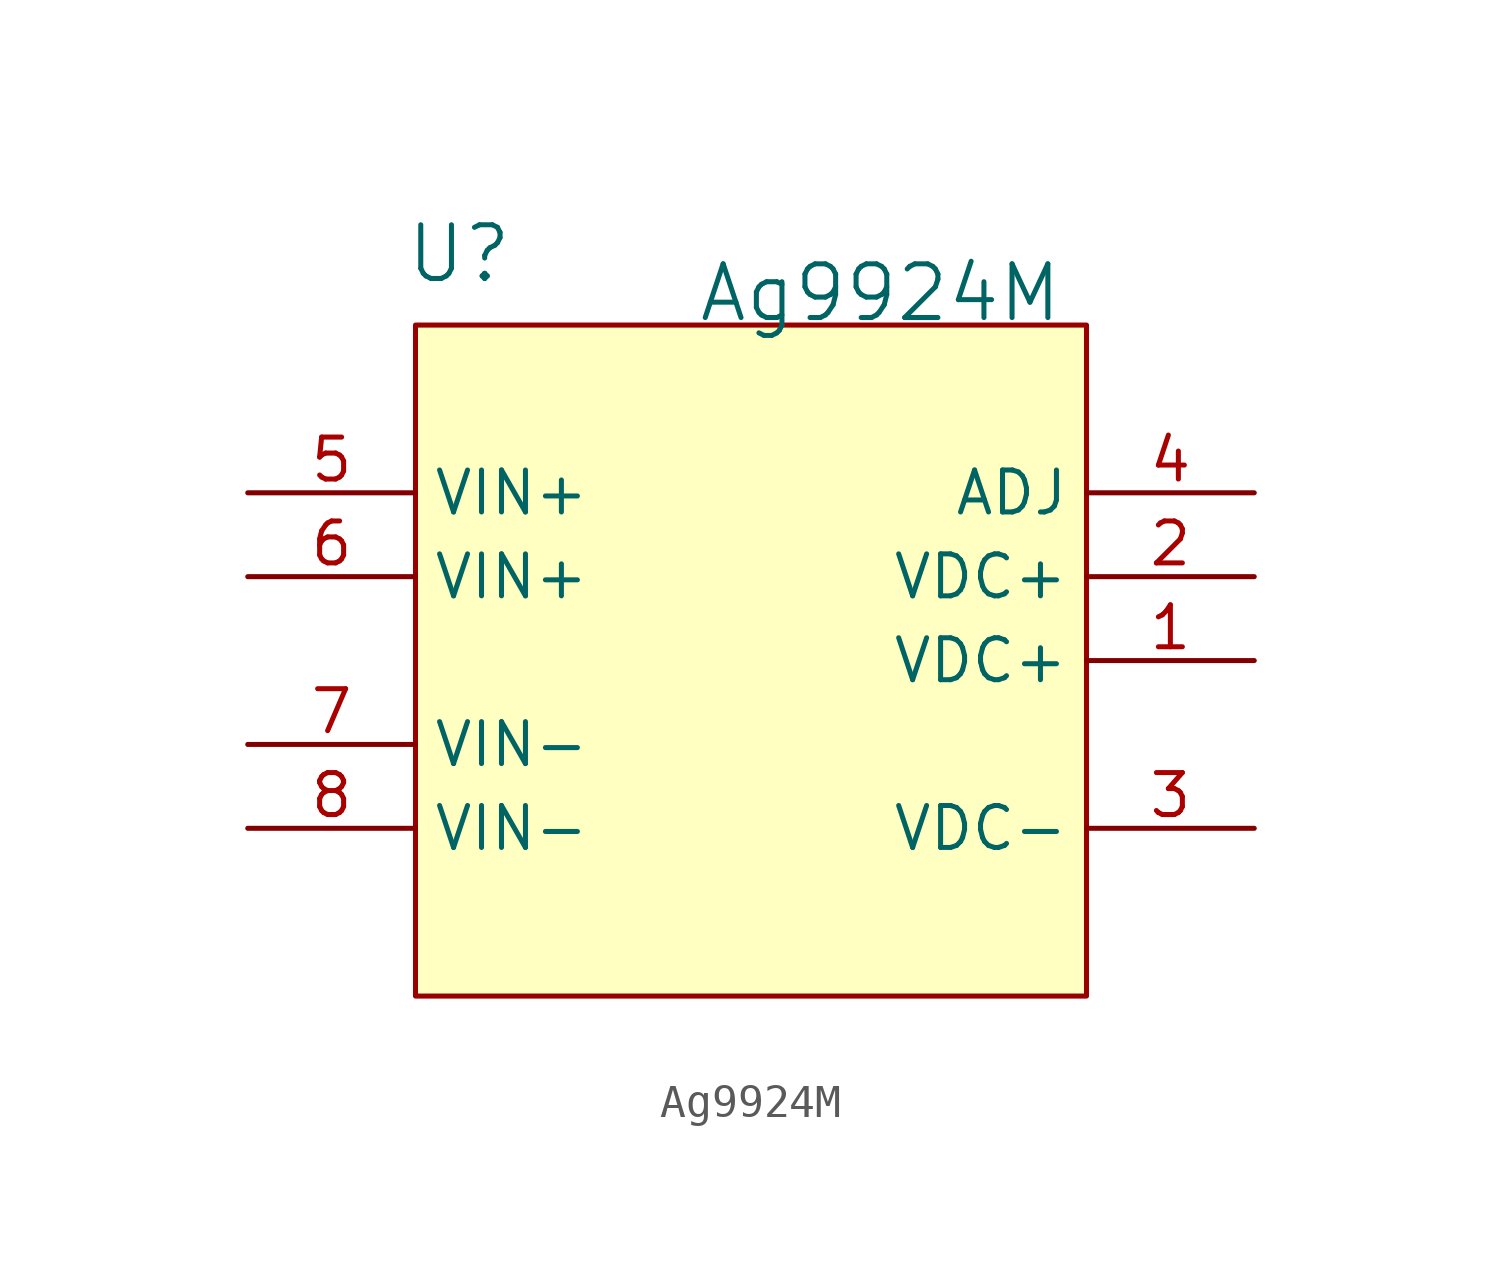
<source format=kicad_sym>
(kicad_symbol_lib
  (version 20241209)
  (generator "kicad_symbol_editor")
  (generator_version "9.0")
  (symbol "Ag9924M"
    (property "Reference" "U"
      (at -8.839 12.315 0)
      (effects (font (size 1.626 1.626))))
    (property "Value" "Ag9924M"
      (at -1.641 10.181 0)
      (effects (font (size 1.626 1.626)) (justify left bottom)))
    (symbol "Ag9924M_1_0"
      (rectangle (start -10.16 10.16) (end 10.16 -10.16) (stroke (width 0) (type solid) (color 153 0 0 1)) (fill (type background)))
      (pin passive line (at -15.24 5.08 0) (length 5.08) (name "VIN+" (effects (font (size 1.27 1.27)))) (number "5" (effects (font (size 1.27 1.27)))))
      (pin passive line (at -15.24 2.54 0) (length 5.08) (name "VIN+" (effects (font (size 1.27 1.27)))) (number "6" (effects (font (size 1.27 1.27)))))
      (pin passive line (at -15.24 -2.54 0) (length 5.08) (name "VIN-" (effects (font (size 1.27 1.27)))) (number "7" (effects (font (size 1.27 1.27)))))
      (pin passive line (at -15.24 -5.08 0) (length 5.08) (name "VIN-" (effects (font (size 1.27 1.27)))) (number "8" (effects (font (size 1.27 1.27)))))
      (pin passive line (at 15.24 5.08 180) (length 5.08) (name "ADJ" (effects (font (size 1.27 1.27)))) (number "4" (effects (font (size 1.27 1.27)))))
      (pin passive line (at 15.24 2.54 180) (length 5.08) (name "VDC+" (effects (font (size 1.27 1.27)))) (number "2" (effects (font (size 1.27 1.27)))))
      (pin passive line (at 15.24 0 180) (length 5.08) (name "VDC+" (effects (font (size 1.27 1.27)))) (number "1" (effects (font (size 1.27 1.27)))))
      (pin passive line (at 15.24 -5.08 180) (length 5.08) (name "VDC-" (effects (font (size 1.27 1.27)))) (number "3" (effects (font (size 1.27 1.27))))))))
</source>
